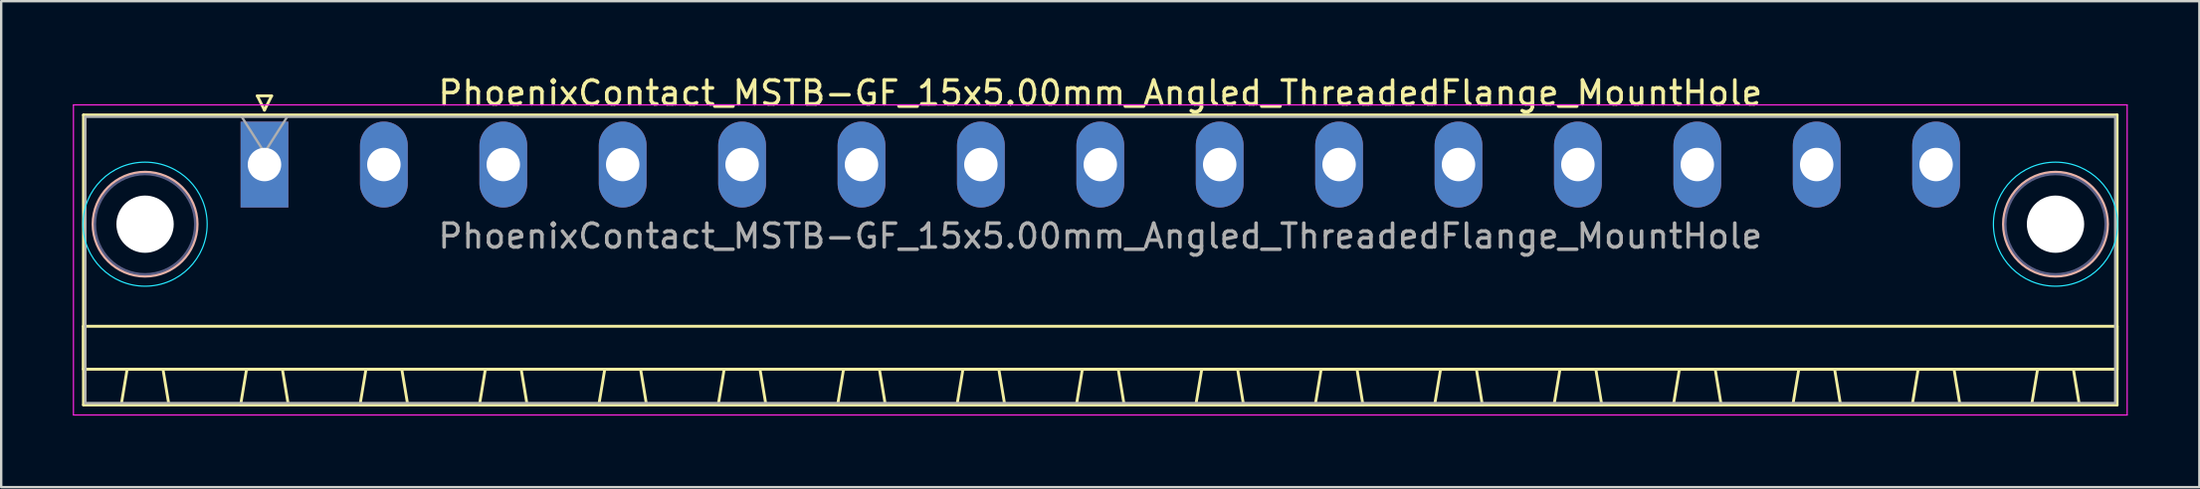
<source format=kicad_pcb>
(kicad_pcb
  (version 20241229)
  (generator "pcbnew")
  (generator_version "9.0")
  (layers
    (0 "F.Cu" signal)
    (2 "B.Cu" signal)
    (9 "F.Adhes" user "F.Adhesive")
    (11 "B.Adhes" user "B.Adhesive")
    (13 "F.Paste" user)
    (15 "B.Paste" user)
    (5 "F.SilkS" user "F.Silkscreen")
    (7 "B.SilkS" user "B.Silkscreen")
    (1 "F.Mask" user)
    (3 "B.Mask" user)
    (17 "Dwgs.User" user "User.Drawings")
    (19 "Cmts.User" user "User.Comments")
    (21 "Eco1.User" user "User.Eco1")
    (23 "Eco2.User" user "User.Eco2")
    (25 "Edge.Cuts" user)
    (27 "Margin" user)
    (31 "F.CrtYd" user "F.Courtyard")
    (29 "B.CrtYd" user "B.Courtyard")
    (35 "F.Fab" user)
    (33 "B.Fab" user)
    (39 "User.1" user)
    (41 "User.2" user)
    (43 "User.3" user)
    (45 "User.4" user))
  (footprint "PhoenixContact_MSTB-GF_15x5.00mm_Angled_ThreadedFlange_MountHole"
    (layer "F.Cu")
    (at 8.025 3.848)
    (property "Reference" "PhoenixContact_MSTB-GF_15x5.00mm_Angled_ThreadedFlange_MountHole" (at 35 -3 0) (layer "F.SilkS") (effects (font (size 1 1) (thickness 0.15))))
    (attr through_hole)
    (fp_line (start -7.58 -2.08) (end -7.58 10.08) (stroke (width 0.12) (type solid)) (layer "F.SilkS"))
    (fp_line (start -7.58 6.78) (end 77.58 6.78) (stroke (width 0.12) (type solid)) (layer "F.SilkS"))
    (fp_line (start -7.58 8.58) (end -7.58 6.78) (stroke (width 0.12) (type solid)) (layer "F.SilkS"))
    (fp_line (start -7.58 10.08) (end 77.58 10.08) (stroke (width 0.12) (type solid)) (layer "F.SilkS"))
    (fp_line (start -6 10.08) (end -4 10.08) (stroke (width 0.12) (type solid)) (layer "F.SilkS"))
    (fp_line (start -5.75 8.58) (end -6 10.08) (stroke (width 0.12) (type solid)) (layer "F.SilkS"))
    (fp_line (start -4.25 8.58) (end -5.75 8.58) (stroke (width 0.12) (type solid)) (layer "F.SilkS"))
    (fp_line (start -4 10.08) (end -4.25 8.58) (stroke (width 0.12) (type solid)) (layer "F.SilkS"))
    (fp_line (start -1 10.08) (end 1 10.08) (stroke (width 0.12) (type solid)) (layer "F.SilkS"))
    (fp_line (start -0.75 8.58) (end -1 10.08) (stroke (width 0.12) (type solid)) (layer "F.SilkS"))
    (fp_line (start -0.3 -2.88) (end 0.3 -2.88) (stroke (width 0.12) (type solid)) (layer "F.SilkS"))
    (fp_line (start 0 -2.28) (end -0.3 -2.88) (stroke (width 0.12) (type solid)) (layer "F.SilkS"))
    (fp_line (start 0.3 -2.88) (end 0 -2.28) (stroke (width 0.12) (type solid)) (layer "F.SilkS"))
    (fp_line (start 0.75 8.58) (end -0.75 8.58) (stroke (width 0.12) (type solid)) (layer "F.SilkS"))
    (fp_line (start 1 10.08) (end 0.75 8.58) (stroke (width 0.12) (type solid)) (layer "F.SilkS"))
    (fp_line (start 4 10.08) (end 6 10.08) (stroke (width 0.12) (type solid)) (layer "F.SilkS"))
    (fp_line (start 4.25 8.58) (end 4 10.08) (stroke (width 0.12) (type solid)) (layer "F.SilkS"))
    (fp_line (start 5.75 8.58) (end 4.25 8.58) (stroke (width 0.12) (type solid)) (layer "F.SilkS"))
    (fp_line (start 6 10.08) (end 5.75 8.58) (stroke (width 0.12) (type solid)) (layer "F.SilkS"))
    (fp_line (start 9 10.08) (end 11 10.08) (stroke (width 0.12) (type solid)) (layer "F.SilkS"))
    (fp_line (start 9.25 8.58) (end 9 10.08) (stroke (width 0.12) (type solid)) (layer "F.SilkS"))
    (fp_line (start 10.75 8.58) (end 9.25 8.58) (stroke (width 0.12) (type solid)) (layer "F.SilkS"))
    (fp_line (start 11 10.08) (end 10.75 8.58) (stroke (width 0.12) (type solid)) (layer "F.SilkS"))
    (fp_line (start 14 10.08) (end 16 10.08) (stroke (width 0.12) (type solid)) (layer "F.SilkS"))
    (fp_line (start 14.25 8.58) (end 14 10.08) (stroke (width 0.12) (type solid)) (layer "F.SilkS"))
    (fp_line (start 15.75 8.58) (end 14.25 8.58) (stroke (width 0.12) (type solid)) (layer "F.SilkS"))
    (fp_line (start 16 10.08) (end 15.75 8.58) (stroke (width 0.12) (type solid)) (layer "F.SilkS"))
    (fp_line (start 19 10.08) (end 21 10.08) (stroke (width 0.12) (type solid)) (layer "F.SilkS"))
    (fp_line (start 19.25 8.58) (end 19 10.08) (stroke (width 0.12) (type solid)) (layer "F.SilkS"))
    (fp_line (start 20.75 8.58) (end 19.25 8.58) (stroke (width 0.12) (type solid)) (layer "F.SilkS"))
    (fp_line (start 21 10.08) (end 20.75 8.58) (stroke (width 0.12) (type solid)) (layer "F.SilkS"))
    (fp_line (start 24 10.08) (end 26 10.08) (stroke (width 0.12) (type solid)) (layer "F.SilkS"))
    (fp_line (start 24.25 8.58) (end 24 10.08) (stroke (width 0.12) (type solid)) (layer "F.SilkS"))
    (fp_line (start 25.75 8.58) (end 24.25 8.58) (stroke (width 0.12) (type solid)) (layer "F.SilkS"))
    (fp_line (start 26 10.08) (end 25.75 8.58) (stroke (width 0.12) (type solid)) (layer "F.SilkS"))
    (fp_line (start 29 10.08) (end 31 10.08) (stroke (width 0.12) (type solid)) (layer "F.SilkS"))
    (fp_line (start 29.25 8.58) (end 29 10.08) (stroke (width 0.12) (type solid)) (layer "F.SilkS"))
    (fp_line (start 30.75 8.58) (end 29.25 8.58) (stroke (width 0.12) (type solid)) (layer "F.SilkS"))
    (fp_line (start 31 10.08) (end 30.75 8.58) (stroke (width 0.12) (type solid)) (layer "F.SilkS"))
    (fp_line (start 34 10.08) (end 36 10.08) (stroke (width 0.12) (type solid)) (layer "F.SilkS"))
    (fp_line (start 34.25 8.58) (end 34 10.08) (stroke (width 0.12) (type solid)) (layer "F.SilkS"))
    (fp_line (start 35.75 8.58) (end 34.25 8.58) (stroke (width 0.12) (type solid)) (layer "F.SilkS"))
    (fp_line (start 36 10.08) (end 35.75 8.58) (stroke (width 0.12) (type solid)) (layer "F.SilkS"))
    (fp_line (start 39 10.08) (end 41 10.08) (stroke (width 0.12) (type solid)) (layer "F.SilkS"))
    (fp_line (start 39.25 8.58) (end 39 10.08) (stroke (width 0.12) (type solid)) (layer "F.SilkS"))
    (fp_line (start 40.75 8.58) (end 39.25 8.58) (stroke (width 0.12) (type solid)) (layer "F.SilkS"))
    (fp_line (start 41 10.08) (end 40.75 8.58) (stroke (width 0.12) (type solid)) (layer "F.SilkS"))
    (fp_line (start 44 10.08) (end 46 10.08) (stroke (width 0.12) (type solid)) (layer "F.SilkS"))
    (fp_line (start 44.25 8.58) (end 44 10.08) (stroke (width 0.12) (type solid)) (layer "F.SilkS"))
    (fp_line (start 45.75 8.58) (end 44.25 8.58) (stroke (width 0.12) (type solid)) (layer "F.SilkS"))
    (fp_line (start 46 10.08) (end 45.75 8.58) (stroke (width 0.12) (type solid)) (layer "F.SilkS"))
    (fp_line (start 49 10.08) (end 51 10.08) (stroke (width 0.12) (type solid)) (layer "F.SilkS"))
    (fp_line (start 49.25 8.58) (end 49 10.08) (stroke (width 0.12) (type solid)) (layer "F.SilkS"))
    (fp_line (start 50.75 8.58) (end 49.25 8.58) (stroke (width 0.12) (type solid)) (layer "F.SilkS"))
    (fp_line (start 51 10.08) (end 50.75 8.58) (stroke (width 0.12) (type solid)) (layer "F.SilkS"))
    (fp_line (start 54 10.08) (end 56 10.08) (stroke (width 0.12) (type solid)) (layer "F.SilkS"))
    (fp_line (start 54.25 8.58) (end 54 10.08) (stroke (width 0.12) (type solid)) (layer "F.SilkS"))
    (fp_line (start 55.75 8.58) (end 54.25 8.58) (stroke (width 0.12) (type solid)) (layer "F.SilkS"))
    (fp_line (start 56 10.08) (end 55.75 8.58) (stroke (width 0.12) (type solid)) (layer "F.SilkS"))
    (fp_line (start 59 10.08) (end 61 10.08) (stroke (width 0.12) (type solid)) (layer "F.SilkS"))
    (fp_line (start 59.25 8.58) (end 59 10.08) (stroke (width 0.12) (type solid)) (layer "F.SilkS"))
    (fp_line (start 60.75 8.58) (end 59.25 8.58) (stroke (width 0.12) (type solid)) (layer "F.SilkS"))
    (fp_line (start 61 10.08) (end 60.75 8.58) (stroke (width 0.12) (type solid)) (layer "F.SilkS"))
    (fp_line (start 64 10.08) (end 66 10.08) (stroke (width 0.12) (type solid)) (layer "F.SilkS"))
    (fp_line (start 64.25 8.58) (end 64 10.08) (stroke (width 0.12) (type solid)) (layer "F.SilkS"))
    (fp_line (start 65.75 8.58) (end 64.25 8.58) (stroke (width 0.12) (type solid)) (layer "F.SilkS"))
    (fp_line (start 66 10.08) (end 65.75 8.58) (stroke (width 0.12) (type solid)) (layer "F.SilkS"))
    (fp_line (start 69 10.08) (end 71 10.08) (stroke (width 0.12) (type solid)) (layer "F.SilkS"))
    (fp_line (start 69.25 8.58) (end 69 10.08) (stroke (width 0.12) (type solid)) (layer "F.SilkS"))
    (fp_line (start 70.75 8.58) (end 69.25 8.58) (stroke (width 0.12) (type solid)) (layer "F.SilkS"))
    (fp_line (start 71 10.08) (end 70.75 8.58) (stroke (width 0.12) (type solid)) (layer "F.SilkS"))
    (fp_line (start 74 10.08) (end 76 10.08) (stroke (width 0.12) (type solid)) (layer "F.SilkS"))
    (fp_line (start 74.25 8.58) (end 74 10.08) (stroke (width 0.12) (type solid)) (layer "F.SilkS"))
    (fp_line (start 75.75 8.58) (end 74.25 8.58) (stroke (width 0.12) (type solid)) (layer "F.SilkS"))
    (fp_line (start 76 10.08) (end 75.75 8.58) (stroke (width 0.12) (type solid)) (layer "F.SilkS"))
    (fp_line (start 77.58 -2.08) (end -7.58 -2.08) (stroke (width 0.12) (type solid)) (layer "F.SilkS"))
    (fp_line (start 77.58 6.78) (end 77.58 8.58) (stroke (width 0.12) (type solid)) (layer "F.SilkS"))
    (fp_line (start 77.58 8.58) (end -7.58 8.58) (stroke (width 0.12) (type solid)) (layer "F.SilkS"))
    (fp_line (start 77.58 10.08) (end 77.58 -2.08) (stroke (width 0.12) (type solid)) (layer "F.SilkS"))
    (fp_circle (center -5 2.5) (end -2.82 2.5) (stroke (width 0.12) (type solid)) (fill no) (layer "B.SilkS"))
    (fp_circle (center 75 2.5) (end 77.18 2.5) (stroke (width 0.12) (type solid)) (fill no) (layer "B.SilkS"))
    (fp_circle (center -5 2.5) (end -2.4 2.5) (stroke (width 0.05) (type solid)) (fill no) (layer "B.CrtYd"))
    (fp_circle (center 75 2.5) (end 77.6 2.5) (stroke (width 0.05) (type solid)) (fill no) (layer "B.CrtYd"))
    (fp_line (start -8 -2.5) (end -8 10.5) (stroke (width 0.05) (type solid)) (layer "F.CrtYd"))
    (fp_line (start -8 10.5) (end 78 10.5) (stroke (width 0.05) (type solid)) (layer "F.CrtYd"))
    (fp_line (start 78 -2.5) (end -8 -2.5) (stroke (width 0.05) (type solid)) (layer "F.CrtYd"))
    (fp_line (start 78 10.5) (end 78 -2.5) (stroke (width 0.05) (type solid)) (layer "F.CrtYd"))
    (fp_circle (center -5 2.5) (end -2.9 2.5) (stroke (width 0.1) (type solid)) (fill no) (layer "B.Fab"))
    (fp_circle (center 75 2.5) (end 77.1 2.5) (stroke (width 0.1) (type solid)) (fill no) (layer "B.Fab"))
    (fp_line (start -7.5 -2) (end -7.5 10) (stroke (width 0.1) (type solid)) (layer "F.Fab"))
    (fp_line (start -7.5 10) (end 77.5 10) (stroke (width 0.1) (type solid)) (layer "F.Fab"))
    (fp_line (start 0 -0.5) (end -0.95 -2) (stroke (width 0.1) (type solid)) (layer "F.Fab"))
    (fp_line (start 0.95 -2) (end 0 -0.5) (stroke (width 0.1) (type solid)) (layer "F.Fab"))
    (fp_line (start 77.5 -2) (end -7.5 -2) (stroke (width 0.1) (type solid)) (layer "F.Fab"))
    (fp_line (start 77.5 10) (end 77.5 -2) (stroke (width 0.1) (type solid)) (layer "F.Fab"))
    (fp_text user "${REFERENCE}" (at 35 3 0) (layer "F.Fab") (effects (font (size 1 1) (thickness 0.15))))
    (pad "" np_thru_hole circle (at -5 2.5) (size 2.4 2.4) (drill 2.4) (layers "*.Cu" "*.Mask"))
    (pad "" np_thru_hole circle (at 75 2.5) (size 2.4 2.4) (drill 2.4) (layers "*.Cu" "*.Mask"))
    (pad "1" thru_hole rect (at 0 0) (size 2 3.6) (drill 1.4) (layers "*.Cu" "*.Mask"))
    (pad "2" thru_hole oval (at 5 0) (size 2 3.6) (drill 1.4) (layers "*.Cu" "*.Mask"))
    (pad "3" thru_hole oval (at 10 0) (size 2 3.6) (drill 1.4) (layers "*.Cu" "*.Mask"))
    (pad "4" thru_hole oval (at 15 0) (size 2 3.6) (drill 1.4) (layers "*.Cu" "*.Mask"))
    (pad "5" thru_hole oval (at 20 0) (size 2 3.6) (drill 1.4) (layers "*.Cu" "*.Mask"))
    (pad "6" thru_hole oval (at 25 0) (size 2 3.6) (drill 1.4) (layers "*.Cu" "*.Mask"))
    (pad "7" thru_hole oval (at 30 0) (size 2 3.6) (drill 1.4) (layers "*.Cu" "*.Mask"))
    (pad "8" thru_hole oval (at 35 0) (size 2 3.6) (drill 1.4) (layers "*.Cu" "*.Mask"))
    (pad "9" thru_hole oval (at 40 0) (size 2 3.6) (drill 1.4) (layers "*.Cu" "*.Mask"))
    (pad "10" thru_hole oval (at 45 0) (size 2 3.6) (drill 1.4) (layers "*.Cu" "*.Mask"))
    (pad "11" thru_hole oval (at 50 0) (size 2 3.6) (drill 1.4) (layers "*.Cu" "*.Mask"))
    (pad "12" thru_hole oval (at 55 0) (size 2 3.6) (drill 1.4) (layers "*.Cu" "*.Mask"))
    (pad "13" thru_hole oval (at 60 0) (size 2 3.6) (drill 1.4) (layers "*.Cu" "*.Mask"))
    (pad "14" thru_hole oval (at 65 0) (size 2 3.6) (drill 1.4) (layers "*.Cu" "*.Mask"))
    (pad "15" thru_hole oval (at 70 0) (size 2 3.6) (drill 1.4) (layers "*.Cu" "*.Mask")))
  (gr_rect
    (start -3 -3)
    (end 89.05 17.373)
    (stroke (width 0.1) (type default))
    (fill no)
    (layer "Edge.Cuts")))
</source>
